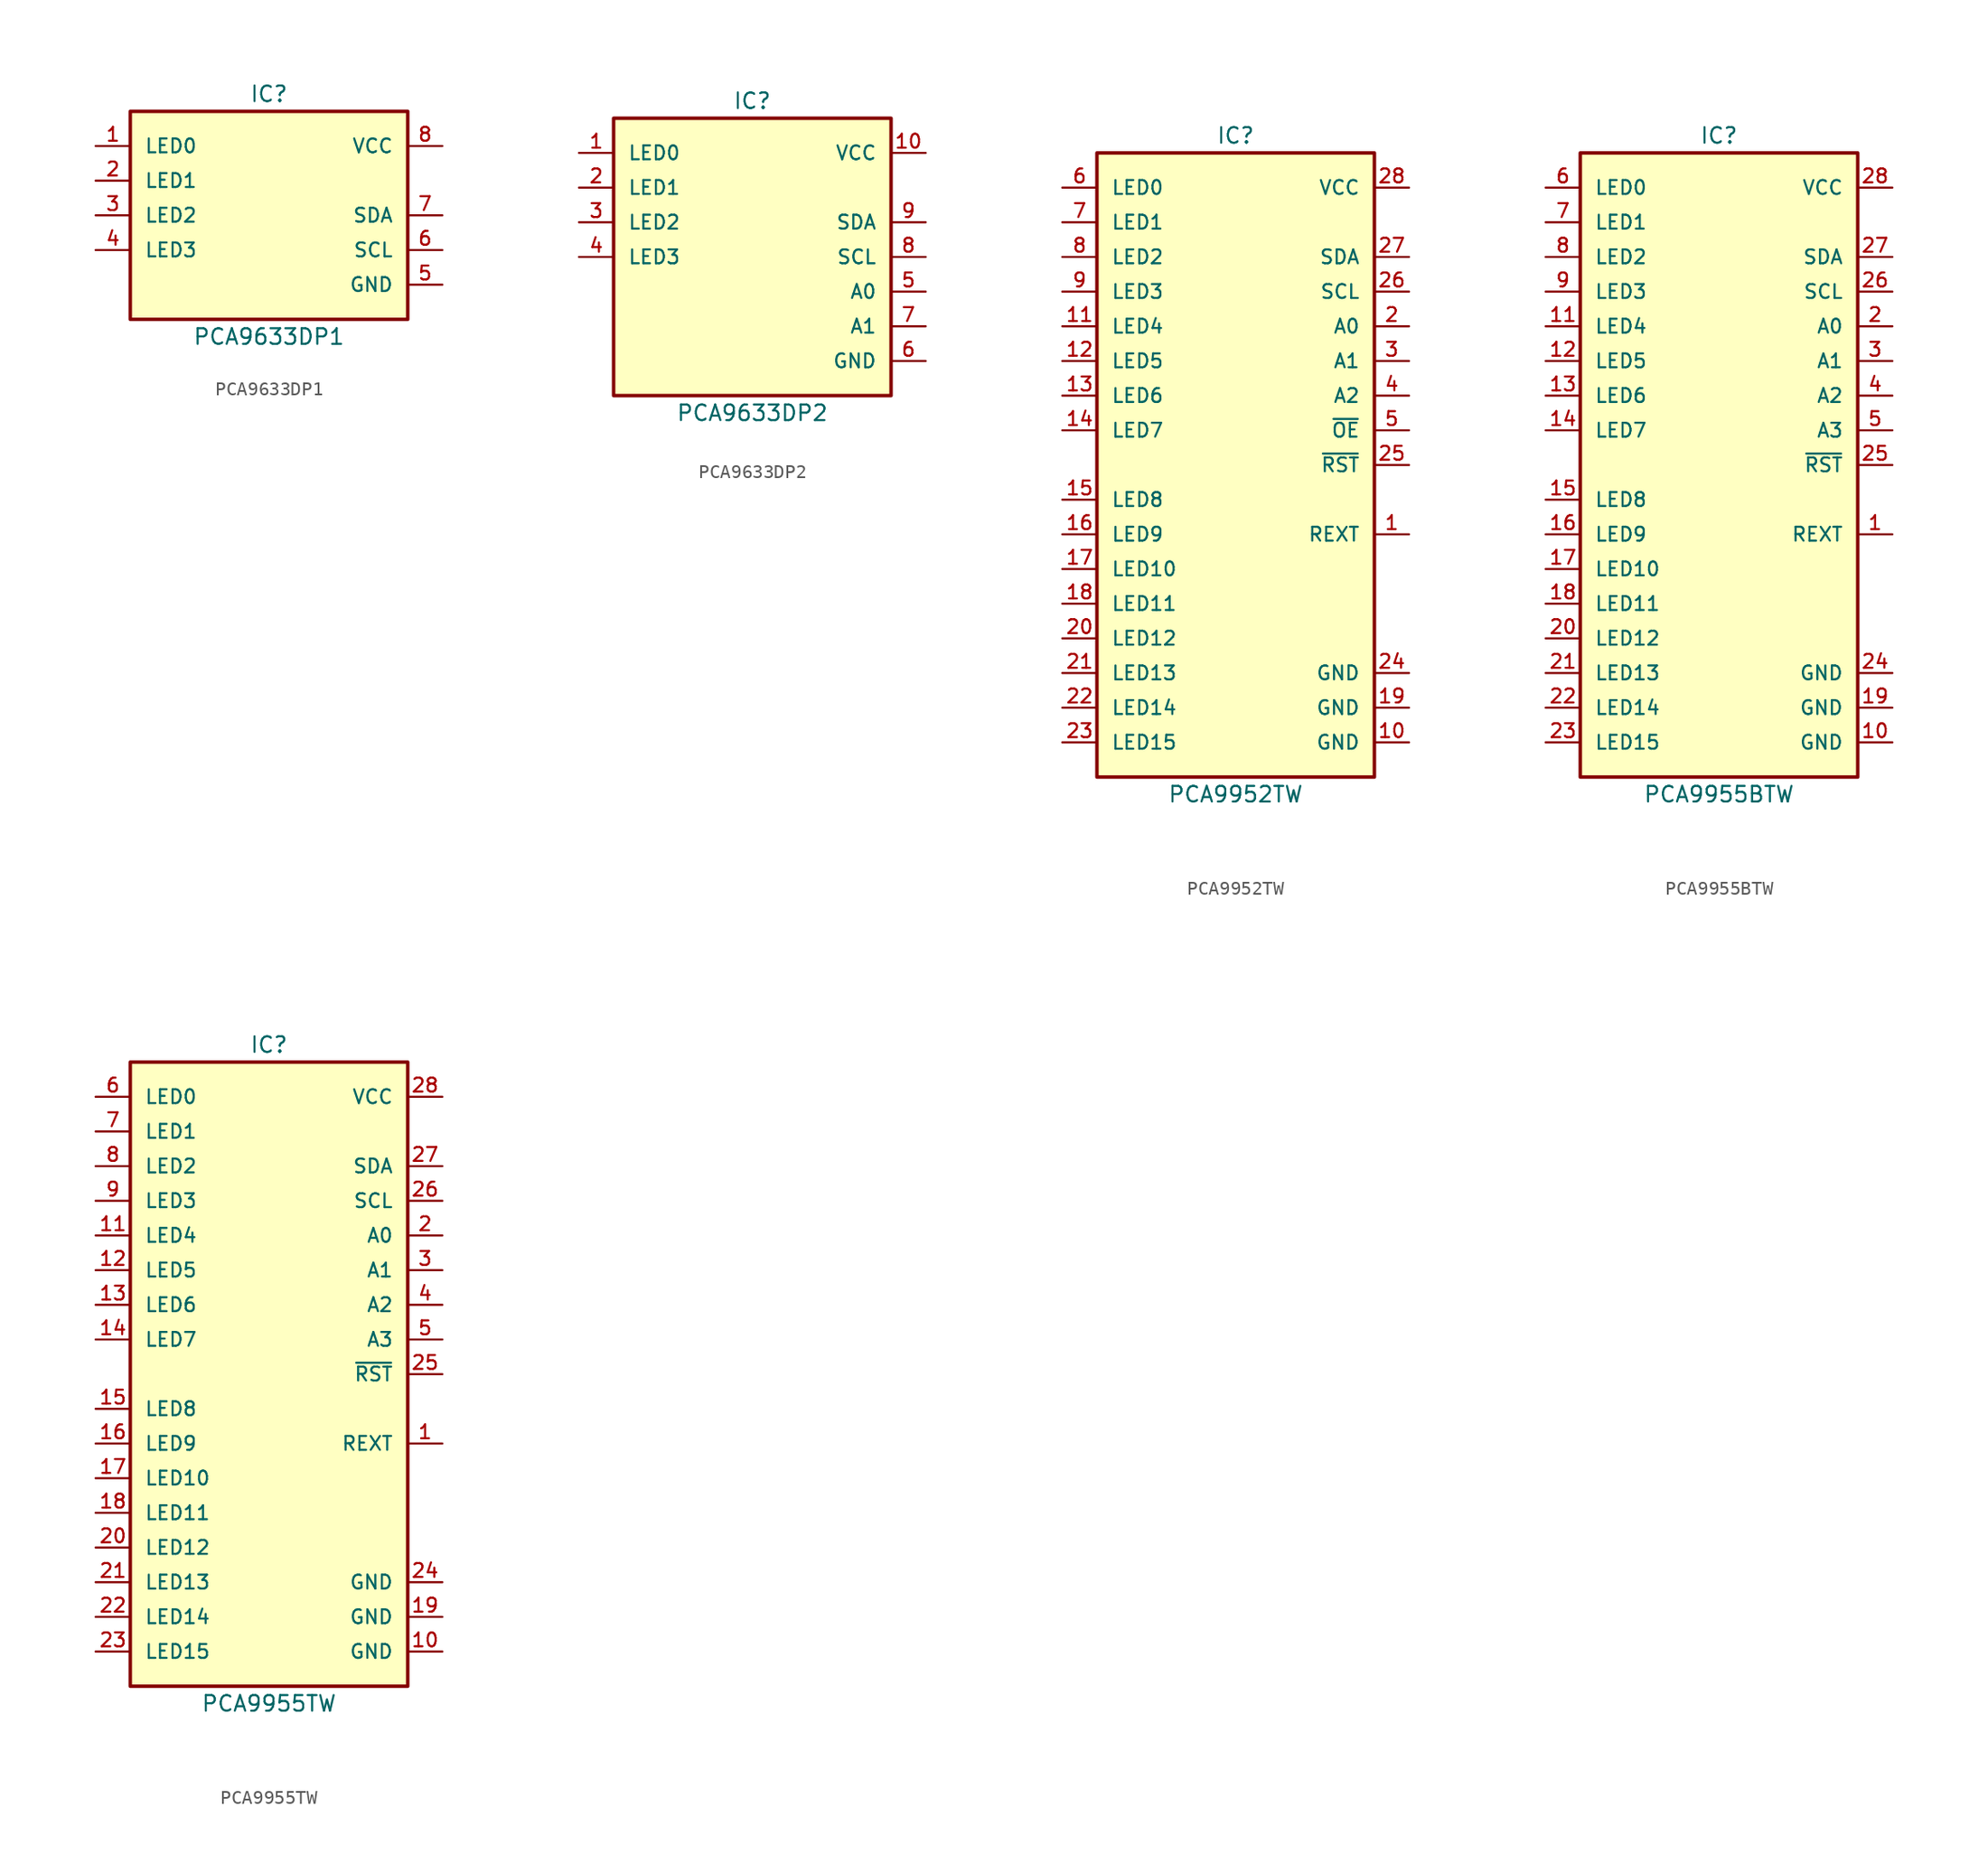
<source format=kicad_sym>
(kicad_symbol_lib
  (version 20241209)
  (generator "kicad_symbol_editor")
  (generator_version "9.0")
  (symbol "PCA9633DP1"
    (pin_names
      (offset 1.016))
    (property "Reference" "IC"
      (at 0 8.89 0)
      (effects (font (size 1.143 1.143))))
    (property "Value" "PCA9633DP1"
      (at 0 -8.89 0)
      (effects (font (size 1.143 1.143))))
    (symbol "PCA9633DP1_0_1"
      (rectangle (start -10.16 7.62) (end 10.16 -7.62) (stroke (width 0.254) (type default)) (fill (type background))))
    (symbol "PCA9633DP1_1_1"
      (pin output line (at -12.7 5.08 0) (length 2.54) (name "LED0" (effects (font (size 1.016 1.016)))) (number "1" (effects (font (size 1.016 1.016)))))
      (pin output line (at -12.7 2.54 0) (length 2.54) (name "LED1" (effects (font (size 1.016 1.016)))) (number "2" (effects (font (size 1.016 1.016)))))
      (pin output line (at -12.7 0 0) (length 2.54) (name "LED2" (effects (font (size 1.016 1.016)))) (number "3" (effects (font (size 1.016 1.016)))))
      (pin output line (at -12.7 -2.54 0) (length 2.54) (name "LED3" (effects (font (size 1.016 1.016)))) (number "4" (effects (font (size 1.016 1.016)))))
      (pin power_in line (at 12.7 5.08 180) (length 2.54) (name "VCC" (effects (font (size 1.016 1.016)))) (number "8" (effects (font (size 1.016 1.016)))))
      (pin bidirectional line (at 12.7 0 180) (length 2.54) (name "SDA" (effects (font (size 1.016 1.016)))) (number "7" (effects (font (size 1.016 1.016)))))
      (pin input line (at 12.7 -2.54 180) (length 2.54) (name "SCL" (effects (font (size 1.016 1.016)))) (number "6" (effects (font (size 1.016 1.016)))))
      (pin power_in line (at 12.7 -5.08 180) (length 2.54) (name "GND" (effects (font (size 1.016 1.016)))) (number "5" (effects (font (size 1.016 1.016)))))))
  (symbol "PCA9633DP2"
    (pin_names
      (offset 1.016))
    (property "Reference" "IC"
      (at 0 11.43 0)
      (effects (font (size 1.143 1.143))))
    (property "Value" "PCA9633DP2"
      (at 0 -11.43 0)
      (effects (font (size 1.143 1.143))))
    (symbol "PCA9633DP2_0_1"
      (rectangle (start -10.16 10.16) (end 10.16 -10.16) (stroke (width 0.254) (type default)) (fill (type background))))
    (symbol "PCA9633DP2_1_1"
      (pin output line (at -12.7 7.62 0) (length 2.54) (name "LED0" (effects (font (size 1.016 1.016)))) (number "1" (effects (font (size 1.016 1.016)))))
      (pin output line (at -12.7 5.08 0) (length 2.54) (name "LED1" (effects (font (size 1.016 1.016)))) (number "2" (effects (font (size 1.016 1.016)))))
      (pin output line (at -12.7 2.54 0) (length 2.54) (name "LED2" (effects (font (size 1.016 1.016)))) (number "3" (effects (font (size 1.016 1.016)))))
      (pin output line (at -12.7 0 0) (length 2.54) (name "LED3" (effects (font (size 1.016 1.016)))) (number "4" (effects (font (size 1.016 1.016)))))
      (pin power_in line (at 12.7 7.62 180) (length 2.54) (name "VCC" (effects (font (size 1.016 1.016)))) (number "10" (effects (font (size 1.016 1.016)))))
      (pin bidirectional line (at 12.7 2.54 180) (length 2.54) (name "SDA" (effects (font (size 1.016 1.016)))) (number "9" (effects (font (size 1.016 1.016)))))
      (pin input line (at 12.7 0 180) (length 2.54) (name "SCL" (effects (font (size 1.016 1.016)))) (number "8" (effects (font (size 1.016 1.016)))))
      (pin input line (at 12.7 -2.54 180) (length 2.54) (name "A0" (effects (font (size 1.016 1.016)))) (number "5" (effects (font (size 1.016 1.016)))))
      (pin input line (at 12.7 -5.08 180) (length 2.54) (name "A1" (effects (font (size 1.016 1.016)))) (number "7" (effects (font (size 1.016 1.016)))))
      (pin power_in line (at 12.7 -7.62 180) (length 2.54) (name "GND" (effects (font (size 1.016 1.016)))) (number "6" (effects (font (size 1.016 1.016)))))))
  (symbol "PCA9952TW"
    (pin_names
      (offset 1.016))
    (property "Reference" "IC"
      (at 0 24.13 0)
      (effects (font (size 1.143 1.143))))
    (property "Value" "PCA9952TW"
      (at 0 -24.13 0)
      (effects (font (size 1.143 1.143))))
    (symbol "PCA9952TW_0_1"
      (rectangle (start -10.16 22.86) (end 10.16 -22.86) (stroke (width 0.254) (type default)) (fill (type background))))
    (symbol "PCA9952TW_1_1"
      (pin output line (at -12.7 20.32 0) (length 2.54) (name "LED0" (effects (font (size 1.016 1.016)))) (number "6" (effects (font (size 1.016 1.016)))))
      (pin output line (at -12.7 17.78 0) (length 2.54) (name "LED1" (effects (font (size 1.016 1.016)))) (number "7" (effects (font (size 1.016 1.016)))))
      (pin output line (at -12.7 15.24 0) (length 2.54) (name "LED2" (effects (font (size 1.016 1.016)))) (number "8" (effects (font (size 1.016 1.016)))))
      (pin output line (at -12.7 12.7 0) (length 2.54) (name "LED3" (effects (font (size 1.016 1.016)))) (number "9" (effects (font (size 1.016 1.016)))))
      (pin output line (at -12.7 10.16 0) (length 2.54) (name "LED4" (effects (font (size 1.016 1.016)))) (number "11" (effects (font (size 1.016 1.016)))))
      (pin output line (at -12.7 7.62 0) (length 2.54) (name "LED5" (effects (font (size 1.016 1.016)))) (number "12" (effects (font (size 1.016 1.016)))))
      (pin output line (at -12.7 5.08 0) (length 2.54) (name "LED6" (effects (font (size 1.016 1.016)))) (number "13" (effects (font (size 1.016 1.016)))))
      (pin output line (at -12.7 2.54 0) (length 2.54) (name "LED7" (effects (font (size 1.016 1.016)))) (number "14" (effects (font (size 1.016 1.016)))))
      (pin output line (at -12.7 -2.54 0) (length 2.54) (name "LED8" (effects (font (size 1.016 1.016)))) (number "15" (effects (font (size 1.016 1.016)))))
      (pin output line (at -12.7 -5.08 0) (length 2.54) (name "LED9" (effects (font (size 1.016 1.016)))) (number "16" (effects (font (size 1.016 1.016)))))
      (pin output line (at -12.7 -7.62 0) (length 2.54) (name "LED10" (effects (font (size 1.016 1.016)))) (number "17" (effects (font (size 1.016 1.016)))))
      (pin output line (at -12.7 -10.16 0) (length 2.54) (name "LED11" (effects (font (size 1.016 1.016)))) (number "18" (effects (font (size 1.016 1.016)))))
      (pin output line (at -12.7 -12.7 0) (length 2.54) (name "LED12" (effects (font (size 1.016 1.016)))) (number "20" (effects (font (size 1.016 1.016)))))
      (pin output line (at -12.7 -15.24 0) (length 2.54) (name "LED13" (effects (font (size 1.016 1.016)))) (number "21" (effects (font (size 1.016 1.016)))))
      (pin output line (at -12.7 -17.78 0) (length 2.54) (name "LED14" (effects (font (size 1.016 1.016)))) (number "22" (effects (font (size 1.016 1.016)))))
      (pin output line (at -12.7 -20.32 0) (length 2.54) (name "LED15" (effects (font (size 1.016 1.016)))) (number "23" (effects (font (size 1.016 1.016)))))
      (pin power_in line (at 12.7 20.32 180) (length 2.54) (name "VCC" (effects (font (size 1.016 1.016)))) (number "28" (effects (font (size 1.016 1.016)))))
      (pin bidirectional line (at 12.7 15.24 180) (length 2.54) (name "SDA" (effects (font (size 1.016 1.016)))) (number "27" (effects (font (size 1.016 1.016)))))
      (pin input line (at 12.7 12.7 180) (length 2.54) (name "SCL" (effects (font (size 1.016 1.016)))) (number "26" (effects (font (size 1.016 1.016)))))
      (pin input line (at 12.7 10.16 180) (length 2.54) (name "A0" (effects (font (size 1.016 1.016)))) (number "2" (effects (font (size 1.016 1.016)))))
      (pin input line (at 12.7 7.62 180) (length 2.54) (name "A1" (effects (font (size 1.016 1.016)))) (number "3" (effects (font (size 1.016 1.016)))))
      (pin input line (at 12.7 5.08 180) (length 2.54) (name "A2" (effects (font (size 1.016 1.016)))) (number "4" (effects (font (size 1.016 1.016)))))
      (pin input line (at 12.7 2.54 180) (length 2.54) (name "~{OE}" (effects (font (size 1.016 1.016)))) (number "5" (effects (font (size 1.016 1.016)))))
      (pin input line (at 12.7 0 180) (length 2.54) (name "~{RST}" (effects (font (size 1.016 1.016)))) (number "25" (effects (font (size 1.016 1.016)))))
      (pin passive line (at 12.7 -5.08 180) (length 2.54) (name "REXT" (effects (font (size 1.016 1.016)))) (number "1" (effects (font (size 1.016 1.016)))))
      (pin power_in line (at 12.7 -12.7 180) (length 2.54) (hide yes) (name "GND" (effects (font (size 1.016 1.016)))) (number "29" (effects (font (size 1.016 1.016)))))
      (pin power_in line (at 12.7 -15.24 180) (length 2.54) (name "GND" (effects (font (size 1.016 1.016)))) (number "24" (effects (font (size 1.016 1.016)))))
      (pin power_in line (at 12.7 -17.78 180) (length 2.54) (name "GND" (effects (font (size 1.016 1.016)))) (number "19" (effects (font (size 1.016 1.016)))))
      (pin power_in line (at 12.7 -20.32 180) (length 2.54) (name "GND" (effects (font (size 1.016 1.016)))) (number "10" (effects (font (size 1.016 1.016)))))))
  (symbol "PCA9955BTW"
    (pin_names
      (offset 1.016))
    (property "Reference" "IC"
      (at 0 24.13 0)
      (effects (font (size 1.143 1.143))))
    (property "Value" "PCA9955BTW"
      (at 0 -24.13 0)
      (effects (font (size 1.143 1.143))))
    (symbol "PCA9955BTW_0_1"
      (rectangle (start -10.16 22.86) (end 10.16 -22.86) (stroke (width 0.254) (type default)) (fill (type background))))
    (symbol "PCA9955BTW_1_1"
      (pin output line (at -12.7 20.32 0) (length 2.54) (name "LED0" (effects (font (size 1.016 1.016)))) (number "6" (effects (font (size 1.016 1.016)))))
      (pin output line (at -12.7 17.78 0) (length 2.54) (name "LED1" (effects (font (size 1.016 1.016)))) (number "7" (effects (font (size 1.016 1.016)))))
      (pin output line (at -12.7 15.24 0) (length 2.54) (name "LED2" (effects (font (size 1.016 1.016)))) (number "8" (effects (font (size 1.016 1.016)))))
      (pin output line (at -12.7 12.7 0) (length 2.54) (name "LED3" (effects (font (size 1.016 1.016)))) (number "9" (effects (font (size 1.016 1.016)))))
      (pin output line (at -12.7 10.16 0) (length 2.54) (name "LED4" (effects (font (size 1.016 1.016)))) (number "11" (effects (font (size 1.016 1.016)))))
      (pin output line (at -12.7 7.62 0) (length 2.54) (name "LED5" (effects (font (size 1.016 1.016)))) (number "12" (effects (font (size 1.016 1.016)))))
      (pin output line (at -12.7 5.08 0) (length 2.54) (name "LED6" (effects (font (size 1.016 1.016)))) (number "13" (effects (font (size 1.016 1.016)))))
      (pin output line (at -12.7 2.54 0) (length 2.54) (name "LED7" (effects (font (size 1.016 1.016)))) (number "14" (effects (font (size 1.016 1.016)))))
      (pin output line (at -12.7 -2.54 0) (length 2.54) (name "LED8" (effects (font (size 1.016 1.016)))) (number "15" (effects (font (size 1.016 1.016)))))
      (pin output line (at -12.7 -5.08 0) (length 2.54) (name "LED9" (effects (font (size 1.016 1.016)))) (number "16" (effects (font (size 1.016 1.016)))))
      (pin output line (at -12.7 -7.62 0) (length 2.54) (name "LED10" (effects (font (size 1.016 1.016)))) (number "17" (effects (font (size 1.016 1.016)))))
      (pin output line (at -12.7 -10.16 0) (length 2.54) (name "LED11" (effects (font (size 1.016 1.016)))) (number "18" (effects (font (size 1.016 1.016)))))
      (pin output line (at -12.7 -12.7 0) (length 2.54) (name "LED12" (effects (font (size 1.016 1.016)))) (number "20" (effects (font (size 1.016 1.016)))))
      (pin output line (at -12.7 -15.24 0) (length 2.54) (name "LED13" (effects (font (size 1.016 1.016)))) (number "21" (effects (font (size 1.016 1.016)))))
      (pin output line (at -12.7 -17.78 0) (length 2.54) (name "LED14" (effects (font (size 1.016 1.016)))) (number "22" (effects (font (size 1.016 1.016)))))
      (pin output line (at -12.7 -20.32 0) (length 2.54) (name "LED15" (effects (font (size 1.016 1.016)))) (number "23" (effects (font (size 1.016 1.016)))))
      (pin power_in line (at 12.7 20.32 180) (length 2.54) (name "VCC" (effects (font (size 1.016 1.016)))) (number "28" (effects (font (size 1.016 1.016)))))
      (pin bidirectional line (at 12.7 15.24 180) (length 2.54) (name "SDA" (effects (font (size 1.016 1.016)))) (number "27" (effects (font (size 1.016 1.016)))))
      (pin input line (at 12.7 12.7 180) (length 2.54) (name "SCL" (effects (font (size 1.016 1.016)))) (number "26" (effects (font (size 1.016 1.016)))))
      (pin input line (at 12.7 10.16 180) (length 2.54) (name "A0" (effects (font (size 1.016 1.016)))) (number "2" (effects (font (size 1.016 1.016)))))
      (pin input line (at 12.7 7.62 180) (length 2.54) (name "A1" (effects (font (size 1.016 1.016)))) (number "3" (effects (font (size 1.016 1.016)))))
      (pin input line (at 12.7 5.08 180) (length 2.54) (name "A2" (effects (font (size 1.016 1.016)))) (number "4" (effects (font (size 1.016 1.016)))))
      (pin input line (at 12.7 2.54 180) (length 2.54) (name "A3" (effects (font (size 1.016 1.016)))) (number "5" (effects (font (size 1.016 1.016)))))
      (pin input line (at 12.7 0 180) (length 2.54) (name "~{RST}" (effects (font (size 1.016 1.016)))) (number "25" (effects (font (size 1.016 1.016)))))
      (pin passive line (at 12.7 -5.08 180) (length 2.54) (name "REXT" (effects (font (size 1.016 1.016)))) (number "1" (effects (font (size 1.016 1.016)))))
      (pin power_in line (at 12.7 -12.7 180) (length 2.54) (hide yes) (name "GND" (effects (font (size 1.016 1.016)))) (number "29" (effects (font (size 1.016 1.016)))))
      (pin power_in line (at 12.7 -15.24 180) (length 2.54) (name "GND" (effects (font (size 1.016 1.016)))) (number "24" (effects (font (size 1.016 1.016)))))
      (pin power_in line (at 12.7 -17.78 180) (length 2.54) (name "GND" (effects (font (size 1.016 1.016)))) (number "19" (effects (font (size 1.016 1.016)))))
      (pin power_in line (at 12.7 -20.32 180) (length 2.54) (name "GND" (effects (font (size 1.016 1.016)))) (number "10" (effects (font (size 1.016 1.016)))))))
  (symbol "PCA9955TW"
    (pin_names
      (offset 1.016))
    (property "Reference" "IC"
      (at 0 24.13 0)
      (effects (font (size 1.143 1.143))))
    (property "Value" "PCA9955TW"
      (at 0 -24.13 0)
      (effects (font (size 1.143 1.143))))
    (symbol "PCA9955TW_0_1"
      (rectangle (start -10.16 22.86) (end 10.16 -22.86) (stroke (width 0.254) (type default)) (fill (type background))))
    (symbol "PCA9955TW_1_1"
      (pin output line (at -12.7 20.32 0) (length 2.54) (name "LED0" (effects (font (size 1.016 1.016)))) (number "6" (effects (font (size 1.016 1.016)))))
      (pin output line (at -12.7 17.78 0) (length 2.54) (name "LED1" (effects (font (size 1.016 1.016)))) (number "7" (effects (font (size 1.016 1.016)))))
      (pin output line (at -12.7 15.24 0) (length 2.54) (name "LED2" (effects (font (size 1.016 1.016)))) (number "8" (effects (font (size 1.016 1.016)))))
      (pin output line (at -12.7 12.7 0) (length 2.54) (name "LED3" (effects (font (size 1.016 1.016)))) (number "9" (effects (font (size 1.016 1.016)))))
      (pin output line (at -12.7 10.16 0) (length 2.54) (name "LED4" (effects (font (size 1.016 1.016)))) (number "11" (effects (font (size 1.016 1.016)))))
      (pin output line (at -12.7 7.62 0) (length 2.54) (name "LED5" (effects (font (size 1.016 1.016)))) (number "12" (effects (font (size 1.016 1.016)))))
      (pin output line (at -12.7 5.08 0) (length 2.54) (name "LED6" (effects (font (size 1.016 1.016)))) (number "13" (effects (font (size 1.016 1.016)))))
      (pin output line (at -12.7 2.54 0) (length 2.54) (name "LED7" (effects (font (size 1.016 1.016)))) (number "14" (effects (font (size 1.016 1.016)))))
      (pin output line (at -12.7 -2.54 0) (length 2.54) (name "LED8" (effects (font (size 1.016 1.016)))) (number "15" (effects (font (size 1.016 1.016)))))
      (pin output line (at -12.7 -5.08 0) (length 2.54) (name "LED9" (effects (font (size 1.016 1.016)))) (number "16" (effects (font (size 1.016 1.016)))))
      (pin output line (at -12.7 -7.62 0) (length 2.54) (name "LED10" (effects (font (size 1.016 1.016)))) (number "17" (effects (font (size 1.016 1.016)))))
      (pin output line (at -12.7 -10.16 0) (length 2.54) (name "LED11" (effects (font (size 1.016 1.016)))) (number "18" (effects (font (size 1.016 1.016)))))
      (pin output line (at -12.7 -12.7 0) (length 2.54) (name "LED12" (effects (font (size 1.016 1.016)))) (number "20" (effects (font (size 1.016 1.016)))))
      (pin output line (at -12.7 -15.24 0) (length 2.54) (name "LED13" (effects (font (size 1.016 1.016)))) (number "21" (effects (font (size 1.016 1.016)))))
      (pin output line (at -12.7 -17.78 0) (length 2.54) (name "LED14" (effects (font (size 1.016 1.016)))) (number "22" (effects (font (size 1.016 1.016)))))
      (pin output line (at -12.7 -20.32 0) (length 2.54) (name "LED15" (effects (font (size 1.016 1.016)))) (number "23" (effects (font (size 1.016 1.016)))))
      (pin power_in line (at 12.7 20.32 180) (length 2.54) (name "VCC" (effects (font (size 1.016 1.016)))) (number "28" (effects (font (size 1.016 1.016)))))
      (pin bidirectional line (at 12.7 15.24 180) (length 2.54) (name "SDA" (effects (font (size 1.016 1.016)))) (number "27" (effects (font (size 1.016 1.016)))))
      (pin input line (at 12.7 12.7 180) (length 2.54) (name "SCL" (effects (font (size 1.016 1.016)))) (number "26" (effects (font (size 1.016 1.016)))))
      (pin input line (at 12.7 10.16 180) (length 2.54) (name "A0" (effects (font (size 1.016 1.016)))) (number "2" (effects (font (size 1.016 1.016)))))
      (pin input line (at 12.7 7.62 180) (length 2.54) (name "A1" (effects (font (size 1.016 1.016)))) (number "3" (effects (font (size 1.016 1.016)))))
      (pin input line (at 12.7 5.08 180) (length 2.54) (name "A2" (effects (font (size 1.016 1.016)))) (number "4" (effects (font (size 1.016 1.016)))))
      (pin input line (at 12.7 2.54 180) (length 2.54) (name "A3" (effects (font (size 1.016 1.016)))) (number "5" (effects (font (size 1.016 1.016)))))
      (pin input line (at 12.7 0 180) (length 2.54) (name "~{RST}" (effects (font (size 1.016 1.016)))) (number "25" (effects (font (size 1.016 1.016)))))
      (pin passive line (at 12.7 -5.08 180) (length 2.54) (name "REXT" (effects (font (size 1.016 1.016)))) (number "1" (effects (font (size 1.016 1.016)))))
      (pin power_in line (at 12.7 -12.7 180) (length 2.54) (hide yes) (name "GND" (effects (font (size 1.016 1.016)))) (number "29" (effects (font (size 1.016 1.016)))))
      (pin power_in line (at 12.7 -15.24 180) (length 2.54) (name "GND" (effects (font (size 1.016 1.016)))) (number "24" (effects (font (size 1.016 1.016)))))
      (pin power_in line (at 12.7 -17.78 180) (length 2.54) (name "GND" (effects (font (size 1.016 1.016)))) (number "19" (effects (font (size 1.016 1.016)))))
      (pin power_in line (at 12.7 -20.32 180) (length 2.54) (name "GND" (effects (font (size 1.016 1.016)))) (number "10" (effects (font (size 1.016 1.016))))))))
</source>
